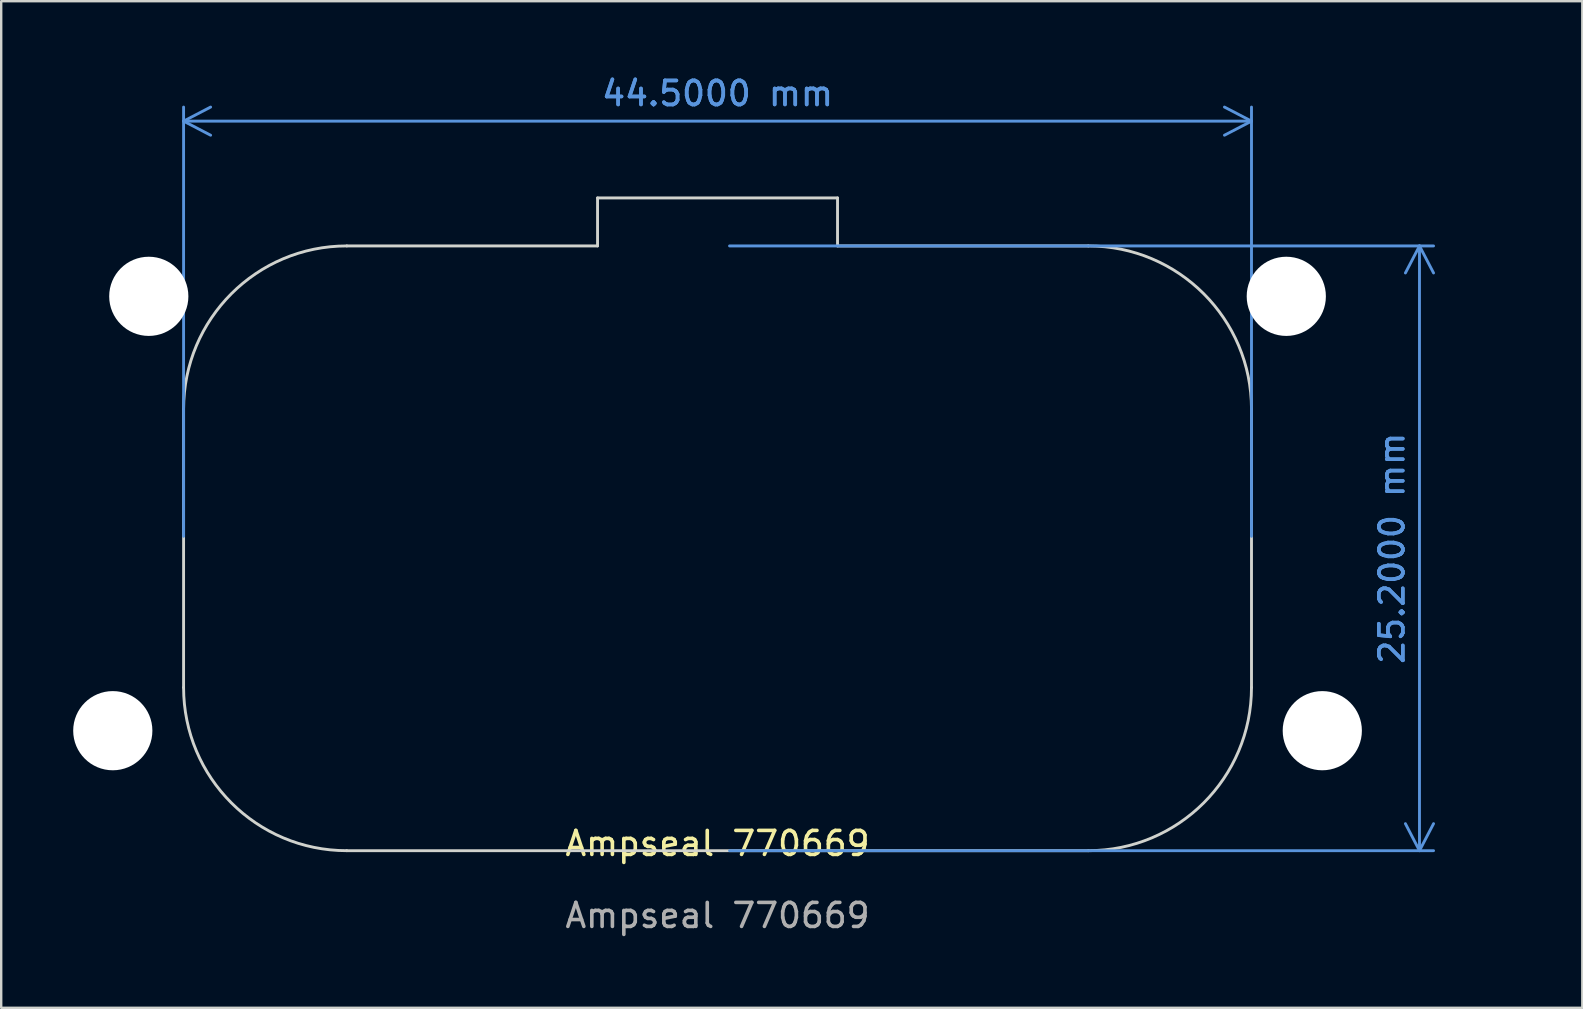
<source format=kicad_pcb>
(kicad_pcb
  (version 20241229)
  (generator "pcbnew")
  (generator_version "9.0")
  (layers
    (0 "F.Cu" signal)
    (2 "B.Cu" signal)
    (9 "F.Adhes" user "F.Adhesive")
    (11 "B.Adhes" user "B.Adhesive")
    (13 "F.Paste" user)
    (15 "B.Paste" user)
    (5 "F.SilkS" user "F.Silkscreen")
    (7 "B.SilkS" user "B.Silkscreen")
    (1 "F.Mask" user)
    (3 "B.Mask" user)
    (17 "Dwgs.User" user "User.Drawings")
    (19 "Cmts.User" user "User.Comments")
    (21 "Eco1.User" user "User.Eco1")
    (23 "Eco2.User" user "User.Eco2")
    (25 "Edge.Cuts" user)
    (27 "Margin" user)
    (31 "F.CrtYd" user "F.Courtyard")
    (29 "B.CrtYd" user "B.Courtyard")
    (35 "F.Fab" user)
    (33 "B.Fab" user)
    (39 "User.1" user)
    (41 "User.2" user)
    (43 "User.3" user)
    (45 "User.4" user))
  (footprint "Ampseal 770669"
    (layer "F.Cu")
    (at 26.85 32.398)
    (property "Reference" "Ampseal 770669" (at 0 -0.3 0) (unlocked yes) (layer "F.SilkS") (effects (font (size 1 1) (thickness 0.15))))
    (attr through_hole)
    (fp_line (start -22.25 -6.8) (end -22.25 -18.4) (stroke (width 0.12) (type default)) (layer "Edge.Cuts"))
    (fp_line (start -15.45 0) (end 15.45 0) (stroke (width 0.12) (type default)) (layer "Edge.Cuts"))
    (fp_line (start -5 -27.2) (end 5 -27.2) (stroke (width 0.12) (type default)) (layer "Edge.Cuts"))
    (fp_line (start -5 -25.2) (end -15.45 -25.2) (stroke (width 0.12) (type default)) (layer "Edge.Cuts"))
    (fp_line (start -5 -25.2) (end -5 -27.2) (stroke (width 0.12) (type default)) (layer "Edge.Cuts"))
    (fp_line (start 5 -27.2) (end 5 -25.2) (stroke (width 0.12) (type default)) (layer "Edge.Cuts"))
    (fp_line (start 5 -25.2) (end 15.45 -25.2) (stroke (width 0.12) (type default)) (layer "Edge.Cuts"))
    (fp_line (start 22.25 -6.8) (end 22.25 -18.4) (stroke (width 0.12) (type default)) (layer "Edge.Cuts"))
    (fp_arc (start -22.25 -18.4) (mid -20.258326 -23.208326) (end -15.45 -25.2) (stroke (width 0.12) (type default)) (layer "Edge.Cuts"))
    (fp_arc (start -15.45 0) (mid -20.258326 -1.991674) (end -22.25 -6.8) (stroke (width 0.12) (type default)) (layer "Edge.Cuts"))
    (fp_arc (start 15.45 -25.2) (mid 20.258326 -23.208326) (end 22.25 -18.4) (stroke (width 0.12) (type default)) (layer "Edge.Cuts"))
    (fp_arc (start 22.25 -6.8) (mid 20.258326 -1.991674) (end 15.45 0) (stroke (width 0.12) (type default)) (layer "Edge.Cuts"))
    (fp_text user "${REFERENCE}" (at 0 2.7 0) (unlocked yes) (layer "F.Fab") (effects (font (size 1 1) (thickness 0.15))))
    (dimension (type aligned) (layer "Cmts.User") (pts (xy 26.85 7.198) (xy 26.85 32.398)) (height -29.25) (format (prefix "") (suffix "") (units 3) (units_format 1) (precision 4)) (style (thickness 0.12) (arrow_length 1.27) (text_position_mode 0) (arrow_direction outward) (extension_height 0.586) (extension_offset 0.5) (keep_text_aligned yes)) (gr_text "25.2000 mm" (at 54.95 19.798 90) (layer "Cmts.User") (effects (font (size 1 1) (thickness 0.15)))))
    (dimension (type aligned) (layer "Cmts.User") (pts (xy 49.1 19.798) (xy 4.6 19.798)) (height 17.8) (format (prefix "") (suffix "") (units 3) (units_format 1) (precision 4)) (style (thickness 0.12) (arrow_length 1.27) (text_position_mode 0) (arrow_direction outward) (extension_height 0.586) (extension_offset 0.5) (keep_text_aligned yes)) (gr_text "44.5000 mm" (at 26.85 0.848 0) (layer "Cmts.User") (effects (font (size 1 1) (thickness 0.15)))))
    (pad "" np_thru_hole circle (at -25.2 -5) (size 3.3 3.3) (drill 3.3) (layers "*.Cu" "*.Mask"))
    (pad "" np_thru_hole circle (at -23.7 -23.1) (size 3.3 3.3) (drill 3.3) (layers "*.Cu" "*.Mask"))
    (pad "" np_thru_hole circle (at 23.7 -23.1) (size 3.3 3.3) (drill 3.3) (layers "*.Cu" "*.Mask"))
    (pad "" np_thru_hole circle (at 25.2 -5) (size 3.3 3.3) (drill 3.3) (layers "*.Cu" "*.Mask")))
  (gr_rect
    (start -3 -3)
    (end 62.885 38.946)
    (stroke (width 0.1) (type default))
    (fill no)
    (layer "Edge.Cuts")))
</source>
